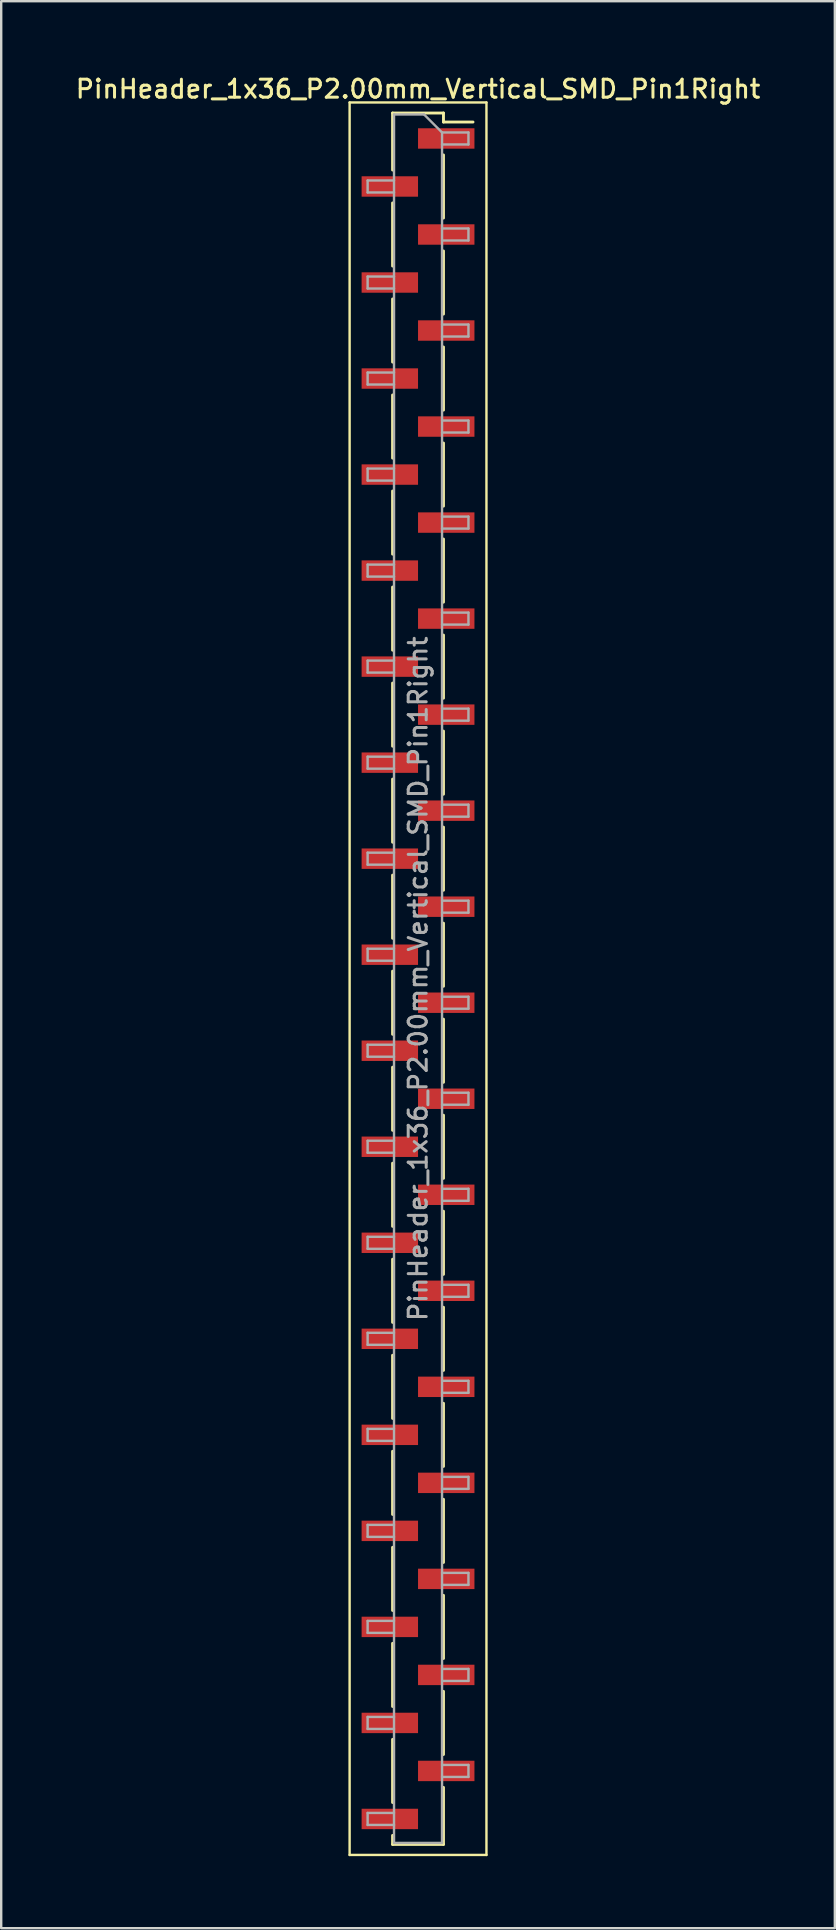
<source format=kicad_pcb>
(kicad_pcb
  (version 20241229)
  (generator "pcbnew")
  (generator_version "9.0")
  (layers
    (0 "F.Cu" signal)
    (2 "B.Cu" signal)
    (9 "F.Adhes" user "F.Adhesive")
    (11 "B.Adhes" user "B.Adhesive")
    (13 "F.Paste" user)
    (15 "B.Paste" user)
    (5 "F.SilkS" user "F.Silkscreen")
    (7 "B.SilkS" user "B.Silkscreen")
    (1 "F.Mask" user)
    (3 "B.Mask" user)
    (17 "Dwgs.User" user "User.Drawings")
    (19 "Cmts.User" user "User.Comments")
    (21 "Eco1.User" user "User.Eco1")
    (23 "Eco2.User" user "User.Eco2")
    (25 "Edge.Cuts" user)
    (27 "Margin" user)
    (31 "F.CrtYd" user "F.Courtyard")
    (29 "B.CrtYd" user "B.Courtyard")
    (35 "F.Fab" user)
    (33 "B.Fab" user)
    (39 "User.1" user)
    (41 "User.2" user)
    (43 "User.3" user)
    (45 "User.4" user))
  (footprint "PinHeader_1x36_P2.00mm_Vertical_SMD_Pin1Right"
    (layer "F.Cu")
    (at 14.363 37.718)
    (property "Reference" "PinHeader_1x36_P2.00mm_Vertical_SMD_Pin1Right" (at 0 -37.06 0) (layer "F.SilkS") (effects (font (size 0.75 0.75) (thickness 0.125))))
    (attr smd)
    (fp_line (start -2.85 -36.5) (end -2.85 36.5) (stroke (width 0.1) (type solid)) (layer "F.SilkS"))
    (fp_line (start -2.85 36.5) (end 2.85 36.5) (stroke (width 0.1) (type solid)) (layer "F.SilkS"))
    (fp_line (start -1.06 -36.06) (end -1.06 -33.685) (stroke (width 0.12) (type solid)) (layer "F.SilkS"))
    (fp_line (start -1.06 -36.06) (end 1.06 -36.06) (stroke (width 0.12) (type solid)) (layer "F.SilkS"))
    (fp_line (start -1.06 -32.315) (end -1.06 -29.685) (stroke (width 0.12) (type solid)) (layer "F.SilkS"))
    (fp_line (start -1.06 -28.315) (end -1.06 -25.685) (stroke (width 0.12) (type solid)) (layer "F.SilkS"))
    (fp_line (start -1.06 -24.315) (end -1.06 -21.685) (stroke (width 0.12) (type solid)) (layer "F.SilkS"))
    (fp_line (start -1.06 -20.315) (end -1.06 -17.685) (stroke (width 0.12) (type solid)) (layer "F.SilkS"))
    (fp_line (start -1.06 -16.315) (end -1.06 -13.685) (stroke (width 0.12) (type solid)) (layer "F.SilkS"))
    (fp_line (start -1.06 -12.315) (end -1.06 -9.685) (stroke (width 0.12) (type solid)) (layer "F.SilkS"))
    (fp_line (start -1.06 -8.315) (end -1.06 -5.685) (stroke (width 0.12) (type solid)) (layer "F.SilkS"))
    (fp_line (start -1.06 -4.315) (end -1.06 -1.685) (stroke (width 0.12) (type solid)) (layer "F.SilkS"))
    (fp_line (start -1.06 -0.315) (end -1.06 2.315) (stroke (width 0.12) (type solid)) (layer "F.SilkS"))
    (fp_line (start -1.06 3.685) (end -1.06 6.315) (stroke (width 0.12) (type solid)) (layer "F.SilkS"))
    (fp_line (start -1.06 7.685) (end -1.06 10.315) (stroke (width 0.12) (type solid)) (layer "F.SilkS"))
    (fp_line (start -1.06 11.685) (end -1.06 14.315) (stroke (width 0.12) (type solid)) (layer "F.SilkS"))
    (fp_line (start -1.06 15.685) (end -1.06 18.315) (stroke (width 0.12) (type solid)) (layer "F.SilkS"))
    (fp_line (start -1.06 19.685) (end -1.06 22.315) (stroke (width 0.12) (type solid)) (layer "F.SilkS"))
    (fp_line (start -1.06 23.685) (end -1.06 26.315) (stroke (width 0.12) (type solid)) (layer "F.SilkS"))
    (fp_line (start -1.06 27.685) (end -1.06 30.315) (stroke (width 0.12) (type solid)) (layer "F.SilkS"))
    (fp_line (start -1.06 31.685) (end -1.06 34.315) (stroke (width 0.12) (type solid)) (layer "F.SilkS"))
    (fp_line (start -1.06 35.685) (end -1.06 36.06) (stroke (width 0.12) (type solid)) (layer "F.SilkS"))
    (fp_line (start -1.06 36.06) (end 1.06 36.06) (stroke (width 0.12) (type solid)) (layer "F.SilkS"))
    (fp_line (start 1.06 -36.06) (end 1.06 -35.685) (stroke (width 0.12) (type solid)) (layer "F.SilkS"))
    (fp_line (start 1.06 -35.685) (end 2.29 -35.685) (stroke (width 0.12) (type solid)) (layer "F.SilkS"))
    (fp_line (start 1.06 -34.315) (end 1.06 -31.685) (stroke (width 0.12) (type solid)) (layer "F.SilkS"))
    (fp_line (start 1.06 -30.315) (end 1.06 -27.685) (stroke (width 0.12) (type solid)) (layer "F.SilkS"))
    (fp_line (start 1.06 -26.315) (end 1.06 -23.685) (stroke (width 0.12) (type solid)) (layer "F.SilkS"))
    (fp_line (start 1.06 -22.315) (end 1.06 -19.685) (stroke (width 0.12) (type solid)) (layer "F.SilkS"))
    (fp_line (start 1.06 -18.315) (end 1.06 -15.685) (stroke (width 0.12) (type solid)) (layer "F.SilkS"))
    (fp_line (start 1.06 -14.315) (end 1.06 -11.685) (stroke (width 0.12) (type solid)) (layer "F.SilkS"))
    (fp_line (start 1.06 -10.315) (end 1.06 -7.685) (stroke (width 0.12) (type solid)) (layer "F.SilkS"))
    (fp_line (start 1.06 -6.315) (end 1.06 -3.685) (stroke (width 0.12) (type solid)) (layer "F.SilkS"))
    (fp_line (start 1.06 -2.315) (end 1.06 0.315) (stroke (width 0.12) (type solid)) (layer "F.SilkS"))
    (fp_line (start 1.06 1.685) (end 1.06 4.315) (stroke (width 0.12) (type solid)) (layer "F.SilkS"))
    (fp_line (start 1.06 5.685) (end 1.06 8.315) (stroke (width 0.12) (type solid)) (layer "F.SilkS"))
    (fp_line (start 1.06 9.685) (end 1.06 12.315) (stroke (width 0.12) (type solid)) (layer "F.SilkS"))
    (fp_line (start 1.06 13.685) (end 1.06 16.315) (stroke (width 0.12) (type solid)) (layer "F.SilkS"))
    (fp_line (start 1.06 17.685) (end 1.06 20.315) (stroke (width 0.12) (type solid)) (layer "F.SilkS"))
    (fp_line (start 1.06 21.685) (end 1.06 24.315) (stroke (width 0.12) (type solid)) (layer "F.SilkS"))
    (fp_line (start 1.06 25.685) (end 1.06 28.315) (stroke (width 0.12) (type solid)) (layer "F.SilkS"))
    (fp_line (start 1.06 29.685) (end 1.06 32.315) (stroke (width 0.12) (type solid)) (layer "F.SilkS"))
    (fp_line (start 1.06 33.685) (end 1.06 36.06) (stroke (width 0.12) (type solid)) (layer "F.SilkS"))
    (fp_line (start 2.85 -36.5) (end -2.85 -36.5) (stroke (width 0.1) (type solid)) (layer "F.SilkS"))
    (fp_line (start 2.85 36.5) (end 2.85 -36.5) (stroke (width 0.1) (type solid)) (layer "F.SilkS"))
    (fp_line (start -2.1 -33.25) (end -2.1 -32.75) (stroke (width 0.1) (type solid)) (layer "F.Fab"))
    (fp_line (start -2.1 -32.75) (end -1 -32.75) (stroke (width 0.1) (type solid)) (layer "F.Fab"))
    (fp_line (start -2.1 -29.25) (end -2.1 -28.75) (stroke (width 0.1) (type solid)) (layer "F.Fab"))
    (fp_line (start -2.1 -28.75) (end -1 -28.75) (stroke (width 0.1) (type solid)) (layer "F.Fab"))
    (fp_line (start -2.1 -25.25) (end -2.1 -24.75) (stroke (width 0.1) (type solid)) (layer "F.Fab"))
    (fp_line (start -2.1 -24.75) (end -1 -24.75) (stroke (width 0.1) (type solid)) (layer "F.Fab"))
    (fp_line (start -2.1 -21.25) (end -2.1 -20.75) (stroke (width 0.1) (type solid)) (layer "F.Fab"))
    (fp_line (start -2.1 -20.75) (end -1 -20.75) (stroke (width 0.1) (type solid)) (layer "F.Fab"))
    (fp_line (start -2.1 -17.25) (end -2.1 -16.75) (stroke (width 0.1) (type solid)) (layer "F.Fab"))
    (fp_line (start -2.1 -16.75) (end -1 -16.75) (stroke (width 0.1) (type solid)) (layer "F.Fab"))
    (fp_line (start -2.1 -13.25) (end -2.1 -12.75) (stroke (width 0.1) (type solid)) (layer "F.Fab"))
    (fp_line (start -2.1 -12.75) (end -1 -12.75) (stroke (width 0.1) (type solid)) (layer "F.Fab"))
    (fp_line (start -2.1 -9.25) (end -2.1 -8.75) (stroke (width 0.1) (type solid)) (layer "F.Fab"))
    (fp_line (start -2.1 -8.75) (end -1 -8.75) (stroke (width 0.1) (type solid)) (layer "F.Fab"))
    (fp_line (start -2.1 -5.25) (end -2.1 -4.75) (stroke (width 0.1) (type solid)) (layer "F.Fab"))
    (fp_line (start -2.1 -4.75) (end -1 -4.75) (stroke (width 0.1) (type solid)) (layer "F.Fab"))
    (fp_line (start -2.1 -1.25) (end -2.1 -0.75) (stroke (width 0.1) (type solid)) (layer "F.Fab"))
    (fp_line (start -2.1 -0.75) (end -1 -0.75) (stroke (width 0.1) (type solid)) (layer "F.Fab"))
    (fp_line (start -2.1 2.75) (end -2.1 3.25) (stroke (width 0.1) (type solid)) (layer "F.Fab"))
    (fp_line (start -2.1 3.25) (end -1 3.25) (stroke (width 0.1) (type solid)) (layer "F.Fab"))
    (fp_line (start -2.1 6.75) (end -2.1 7.25) (stroke (width 0.1) (type solid)) (layer "F.Fab"))
    (fp_line (start -2.1 7.25) (end -1 7.25) (stroke (width 0.1) (type solid)) (layer "F.Fab"))
    (fp_line (start -2.1 10.75) (end -2.1 11.25) (stroke (width 0.1) (type solid)) (layer "F.Fab"))
    (fp_line (start -2.1 11.25) (end -1 11.25) (stroke (width 0.1) (type solid)) (layer "F.Fab"))
    (fp_line (start -2.1 14.75) (end -2.1 15.25) (stroke (width 0.1) (type solid)) (layer "F.Fab"))
    (fp_line (start -2.1 15.25) (end -1 15.25) (stroke (width 0.1) (type solid)) (layer "F.Fab"))
    (fp_line (start -2.1 18.75) (end -2.1 19.25) (stroke (width 0.1) (type solid)) (layer "F.Fab"))
    (fp_line (start -2.1 19.25) (end -1 19.25) (stroke (width 0.1) (type solid)) (layer "F.Fab"))
    (fp_line (start -2.1 22.75) (end -2.1 23.25) (stroke (width 0.1) (type solid)) (layer "F.Fab"))
    (fp_line (start -2.1 23.25) (end -1 23.25) (stroke (width 0.1) (type solid)) (layer "F.Fab"))
    (fp_line (start -2.1 26.75) (end -2.1 27.25) (stroke (width 0.1) (type solid)) (layer "F.Fab"))
    (fp_line (start -2.1 27.25) (end -1 27.25) (stroke (width 0.1) (type solid)) (layer "F.Fab"))
    (fp_line (start -2.1 30.75) (end -2.1 31.25) (stroke (width 0.1) (type solid)) (layer "F.Fab"))
    (fp_line (start -2.1 31.25) (end -1 31.25) (stroke (width 0.1) (type solid)) (layer "F.Fab"))
    (fp_line (start -2.1 34.75) (end -2.1 35.25) (stroke (width 0.1) (type solid)) (layer "F.Fab"))
    (fp_line (start -2.1 35.25) (end -1 35.25) (stroke (width 0.1) (type solid)) (layer "F.Fab"))
    (fp_line (start -1 -36) (end -1 36) (stroke (width 0.1) (type solid)) (layer "F.Fab"))
    (fp_line (start -1 -36) (end 0.25 -36) (stroke (width 0.1) (type solid)) (layer "F.Fab"))
    (fp_line (start -1 -33.25) (end -2.1 -33.25) (stroke (width 0.1) (type solid)) (layer "F.Fab"))
    (fp_line (start -1 -29.25) (end -2.1 -29.25) (stroke (width 0.1) (type solid)) (layer "F.Fab"))
    (fp_line (start -1 -25.25) (end -2.1 -25.25) (stroke (width 0.1) (type solid)) (layer "F.Fab"))
    (fp_line (start -1 -21.25) (end -2.1 -21.25) (stroke (width 0.1) (type solid)) (layer "F.Fab"))
    (fp_line (start -1 -17.25) (end -2.1 -17.25) (stroke (width 0.1) (type solid)) (layer "F.Fab"))
    (fp_line (start -1 -13.25) (end -2.1 -13.25) (stroke (width 0.1) (type solid)) (layer "F.Fab"))
    (fp_line (start -1 -9.25) (end -2.1 -9.25) (stroke (width 0.1) (type solid)) (layer "F.Fab"))
    (fp_line (start -1 -5.25) (end -2.1 -5.25) (stroke (width 0.1) (type solid)) (layer "F.Fab"))
    (fp_line (start -1 -1.25) (end -2.1 -1.25) (stroke (width 0.1) (type solid)) (layer "F.Fab"))
    (fp_line (start -1 2.75) (end -2.1 2.75) (stroke (width 0.1) (type solid)) (layer "F.Fab"))
    (fp_line (start -1 6.75) (end -2.1 6.75) (stroke (width 0.1) (type solid)) (layer "F.Fab"))
    (fp_line (start -1 10.75) (end -2.1 10.75) (stroke (width 0.1) (type solid)) (layer "F.Fab"))
    (fp_line (start -1 14.75) (end -2.1 14.75) (stroke (width 0.1) (type solid)) (layer "F.Fab"))
    (fp_line (start -1 18.75) (end -2.1 18.75) (stroke (width 0.1) (type solid)) (layer "F.Fab"))
    (fp_line (start -1 22.75) (end -2.1 22.75) (stroke (width 0.1) (type solid)) (layer "F.Fab"))
    (fp_line (start -1 26.75) (end -2.1 26.75) (stroke (width 0.1) (type solid)) (layer "F.Fab"))
    (fp_line (start -1 30.75) (end -2.1 30.75) (stroke (width 0.1) (type solid)) (layer "F.Fab"))
    (fp_line (start -1 34.75) (end -2.1 34.75) (stroke (width 0.1) (type solid)) (layer "F.Fab"))
    (fp_line (start 1 -35.25) (end 0.25 -36) (stroke (width 0.1) (type solid)) (layer "F.Fab"))
    (fp_line (start 1 -35.25) (end 2.1 -35.25) (stroke (width 0.1) (type solid)) (layer "F.Fab"))
    (fp_line (start 1 -31.25) (end 2.1 -31.25) (stroke (width 0.1) (type solid)) (layer "F.Fab"))
    (fp_line (start 1 -27.25) (end 2.1 -27.25) (stroke (width 0.1) (type solid)) (layer "F.Fab"))
    (fp_line (start 1 -23.25) (end 2.1 -23.25) (stroke (width 0.1) (type solid)) (layer "F.Fab"))
    (fp_line (start 1 -19.25) (end 2.1 -19.25) (stroke (width 0.1) (type solid)) (layer "F.Fab"))
    (fp_line (start 1 -15.25) (end 2.1 -15.25) (stroke (width 0.1) (type solid)) (layer "F.Fab"))
    (fp_line (start 1 -11.25) (end 2.1 -11.25) (stroke (width 0.1) (type solid)) (layer "F.Fab"))
    (fp_line (start 1 -7.25) (end 2.1 -7.25) (stroke (width 0.1) (type solid)) (layer "F.Fab"))
    (fp_line (start 1 -3.25) (end 2.1 -3.25) (stroke (width 0.1) (type solid)) (layer "F.Fab"))
    (fp_line (start 1 0.75) (end 2.1 0.75) (stroke (width 0.1) (type solid)) (layer "F.Fab"))
    (fp_line (start 1 4.75) (end 2.1 4.75) (stroke (width 0.1) (type solid)) (layer "F.Fab"))
    (fp_line (start 1 8.75) (end 2.1 8.75) (stroke (width 0.1) (type solid)) (layer "F.Fab"))
    (fp_line (start 1 12.75) (end 2.1 12.75) (stroke (width 0.1) (type solid)) (layer "F.Fab"))
    (fp_line (start 1 16.75) (end 2.1 16.75) (stroke (width 0.1) (type solid)) (layer "F.Fab"))
    (fp_line (start 1 20.75) (end 2.1 20.75) (stroke (width 0.1) (type solid)) (layer "F.Fab"))
    (fp_line (start 1 24.75) (end 2.1 24.75) (stroke (width 0.1) (type solid)) (layer "F.Fab"))
    (fp_line (start 1 28.75) (end 2.1 28.75) (stroke (width 0.1) (type solid)) (layer "F.Fab"))
    (fp_line (start 1 32.75) (end 2.1 32.75) (stroke (width 0.1) (type solid)) (layer "F.Fab"))
    (fp_line (start 1 36) (end -1 36) (stroke (width 0.1) (type solid)) (layer "F.Fab"))
    (fp_line (start 1 36) (end 1 -35.25) (stroke (width 0.1) (type solid)) (layer "F.Fab"))
    (fp_line (start 2.1 -35.25) (end 2.1 -34.75) (stroke (width 0.1) (type solid)) (layer "F.Fab"))
    (fp_line (start 2.1 -34.75) (end 1 -34.75) (stroke (width 0.1) (type solid)) (layer "F.Fab"))
    (fp_line (start 2.1 -31.25) (end 2.1 -30.75) (stroke (width 0.1) (type solid)) (layer "F.Fab"))
    (fp_line (start 2.1 -30.75) (end 1 -30.75) (stroke (width 0.1) (type solid)) (layer "F.Fab"))
    (fp_line (start 2.1 -27.25) (end 2.1 -26.75) (stroke (width 0.1) (type solid)) (layer "F.Fab"))
    (fp_line (start 2.1 -26.75) (end 1 -26.75) (stroke (width 0.1) (type solid)) (layer "F.Fab"))
    (fp_line (start 2.1 -23.25) (end 2.1 -22.75) (stroke (width 0.1) (type solid)) (layer "F.Fab"))
    (fp_line (start 2.1 -22.75) (end 1 -22.75) (stroke (width 0.1) (type solid)) (layer "F.Fab"))
    (fp_line (start 2.1 -19.25) (end 2.1 -18.75) (stroke (width 0.1) (type solid)) (layer "F.Fab"))
    (fp_line (start 2.1 -18.75) (end 1 -18.75) (stroke (width 0.1) (type solid)) (layer "F.Fab"))
    (fp_line (start 2.1 -15.25) (end 2.1 -14.75) (stroke (width 0.1) (type solid)) (layer "F.Fab"))
    (fp_line (start 2.1 -14.75) (end 1 -14.75) (stroke (width 0.1) (type solid)) (layer "F.Fab"))
    (fp_line (start 2.1 -11.25) (end 2.1 -10.75) (stroke (width 0.1) (type solid)) (layer "F.Fab"))
    (fp_line (start 2.1 -10.75) (end 1 -10.75) (stroke (width 0.1) (type solid)) (layer "F.Fab"))
    (fp_line (start 2.1 -7.25) (end 2.1 -6.75) (stroke (width 0.1) (type solid)) (layer "F.Fab"))
    (fp_line (start 2.1 -6.75) (end 1 -6.75) (stroke (width 0.1) (type solid)) (layer "F.Fab"))
    (fp_line (start 2.1 -3.25) (end 2.1 -2.75) (stroke (width 0.1) (type solid)) (layer "F.Fab"))
    (fp_line (start 2.1 -2.75) (end 1 -2.75) (stroke (width 0.1) (type solid)) (layer "F.Fab"))
    (fp_line (start 2.1 0.75) (end 2.1 1.25) (stroke (width 0.1) (type solid)) (layer "F.Fab"))
    (fp_line (start 2.1 1.25) (end 1 1.25) (stroke (width 0.1) (type solid)) (layer "F.Fab"))
    (fp_line (start 2.1 4.75) (end 2.1 5.25) (stroke (width 0.1) (type solid)) (layer "F.Fab"))
    (fp_line (start 2.1 5.25) (end 1 5.25) (stroke (width 0.1) (type solid)) (layer "F.Fab"))
    (fp_line (start 2.1 8.75) (end 2.1 9.25) (stroke (width 0.1) (type solid)) (layer "F.Fab"))
    (fp_line (start 2.1 9.25) (end 1 9.25) (stroke (width 0.1) (type solid)) (layer "F.Fab"))
    (fp_line (start 2.1 12.75) (end 2.1 13.25) (stroke (width 0.1) (type solid)) (layer "F.Fab"))
    (fp_line (start 2.1 13.25) (end 1 13.25) (stroke (width 0.1) (type solid)) (layer "F.Fab"))
    (fp_line (start 2.1 16.75) (end 2.1 17.25) (stroke (width 0.1) (type solid)) (layer "F.Fab"))
    (fp_line (start 2.1 17.25) (end 1 17.25) (stroke (width 0.1) (type solid)) (layer "F.Fab"))
    (fp_line (start 2.1 20.75) (end 2.1 21.25) (stroke (width 0.1) (type solid)) (layer "F.Fab"))
    (fp_line (start 2.1 21.25) (end 1 21.25) (stroke (width 0.1) (type solid)) (layer "F.Fab"))
    (fp_line (start 2.1 24.75) (end 2.1 25.25) (stroke (width 0.1) (type solid)) (layer "F.Fab"))
    (fp_line (start 2.1 25.25) (end 1 25.25) (stroke (width 0.1) (type solid)) (layer "F.Fab"))
    (fp_line (start 2.1 28.75) (end 2.1 29.25) (stroke (width 0.1) (type solid)) (layer "F.Fab"))
    (fp_line (start 2.1 29.25) (end 1 29.25) (stroke (width 0.1) (type solid)) (layer "F.Fab"))
    (fp_line (start 2.1 32.75) (end 2.1 33.25) (stroke (width 0.1) (type solid)) (layer "F.Fab"))
    (fp_line (start 2.1 33.25) (end 1 33.25) (stroke (width 0.1) (type solid)) (layer "F.Fab"))
    (fp_text user "${REFERENCE}" (at 0 0 90) (layer "F.Fab") (effects (font (size 0.75 0.75) (thickness 0.125))))
    (pad "1" smd rect (at 1.175 -35) (size 2.35 0.85) (layers "F.Cu" "F.Mask" "F.Paste"))
    (pad "2" smd rect (at -1.175 -33) (size 2.35 0.85) (layers "F.Cu" "F.Mask" "F.Paste"))
    (pad "3" smd rect (at 1.175 -31) (size 2.35 0.85) (layers "F.Cu" "F.Mask" "F.Paste"))
    (pad "4" smd rect (at -1.175 -29) (size 2.35 0.85) (layers "F.Cu" "F.Mask" "F.Paste"))
    (pad "5" smd rect (at 1.175 -27) (size 2.35 0.85) (layers "F.Cu" "F.Mask" "F.Paste"))
    (pad "6" smd rect (at -1.175 -25) (size 2.35 0.85) (layers "F.Cu" "F.Mask" "F.Paste"))
    (pad "7" smd rect (at 1.175 -23) (size 2.35 0.85) (layers "F.Cu" "F.Mask" "F.Paste"))
    (pad "8" smd rect (at -1.175 -21) (size 2.35 0.85) (layers "F.Cu" "F.Mask" "F.Paste"))
    (pad "9" smd rect (at 1.175 -19) (size 2.35 0.85) (layers "F.Cu" "F.Mask" "F.Paste"))
    (pad "10" smd rect (at -1.175 -17) (size 2.35 0.85) (layers "F.Cu" "F.Mask" "F.Paste"))
    (pad "11" smd rect (at 1.175 -15) (size 2.35 0.85) (layers "F.Cu" "F.Mask" "F.Paste"))
    (pad "12" smd rect (at -1.175 -13) (size 2.35 0.85) (layers "F.Cu" "F.Mask" "F.Paste"))
    (pad "13" smd rect (at 1.175 -11) (size 2.35 0.85) (layers "F.Cu" "F.Mask" "F.Paste"))
    (pad "14" smd rect (at -1.175 -9) (size 2.35 0.85) (layers "F.Cu" "F.Mask" "F.Paste"))
    (pad "15" smd rect (at 1.175 -7) (size 2.35 0.85) (layers "F.Cu" "F.Mask" "F.Paste"))
    (pad "16" smd rect (at -1.175 -5) (size 2.35 0.85) (layers "F.Cu" "F.Mask" "F.Paste"))
    (pad "17" smd rect (at 1.175 -3) (size 2.35 0.85) (layers "F.Cu" "F.Mask" "F.Paste"))
    (pad "18" smd rect (at -1.175 -1) (size 2.35 0.85) (layers "F.Cu" "F.Mask" "F.Paste"))
    (pad "19" smd rect (at 1.175 1) (size 2.35 0.85) (layers "F.Cu" "F.Mask" "F.Paste"))
    (pad "20" smd rect (at -1.175 3) (size 2.35 0.85) (layers "F.Cu" "F.Mask" "F.Paste"))
    (pad "21" smd rect (at 1.175 5) (size 2.35 0.85) (layers "F.Cu" "F.Mask" "F.Paste"))
    (pad "22" smd rect (at -1.175 7) (size 2.35 0.85) (layers "F.Cu" "F.Mask" "F.Paste"))
    (pad "23" smd rect (at 1.175 9) (size 2.35 0.85) (layers "F.Cu" "F.Mask" "F.Paste"))
    (pad "24" smd rect (at -1.175 11) (size 2.35 0.85) (layers "F.Cu" "F.Mask" "F.Paste"))
    (pad "25" smd rect (at 1.175 13) (size 2.35 0.85) (layers "F.Cu" "F.Mask" "F.Paste"))
    (pad "26" smd rect (at -1.175 15) (size 2.35 0.85) (layers "F.Cu" "F.Mask" "F.Paste"))
    (pad "27" smd rect (at 1.175 17) (size 2.35 0.85) (layers "F.Cu" "F.Mask" "F.Paste"))
    (pad "28" smd rect (at -1.175 19) (size 2.35 0.85) (layers "F.Cu" "F.Mask" "F.Paste"))
    (pad "29" smd rect (at 1.175 21) (size 2.35 0.85) (layers "F.Cu" "F.Mask" "F.Paste"))
    (pad "30" smd rect (at -1.175 23) (size 2.35 0.85) (layers "F.Cu" "F.Mask" "F.Paste"))
    (pad "31" smd rect (at 1.175 25) (size 2.35 0.85) (layers "F.Cu" "F.Mask" "F.Paste"))
    (pad "32" smd rect (at -1.175 27) (size 2.35 0.85) (layers "F.Cu" "F.Mask" "F.Paste"))
    (pad "33" smd rect (at 1.175 29) (size 2.35 0.85) (layers "F.Cu" "F.Mask" "F.Paste"))
    (pad "34" smd rect (at -1.175 31) (size 2.35 0.85) (layers "F.Cu" "F.Mask" "F.Paste"))
    (pad "35" smd rect (at 1.175 33) (size 2.35 0.85) (layers "F.Cu" "F.Mask" "F.Paste"))
    (pad "36" smd rect (at -1.175 35) (size 2.35 0.85) (layers "F.Cu" "F.Mask" "F.Paste")))
  (gr_rect
    (start -3 -3)
    (end 31.725 77.268)
    (stroke (width 0.1) (type default))
    (fill no)
    (layer "Edge.Cuts")))
</source>
